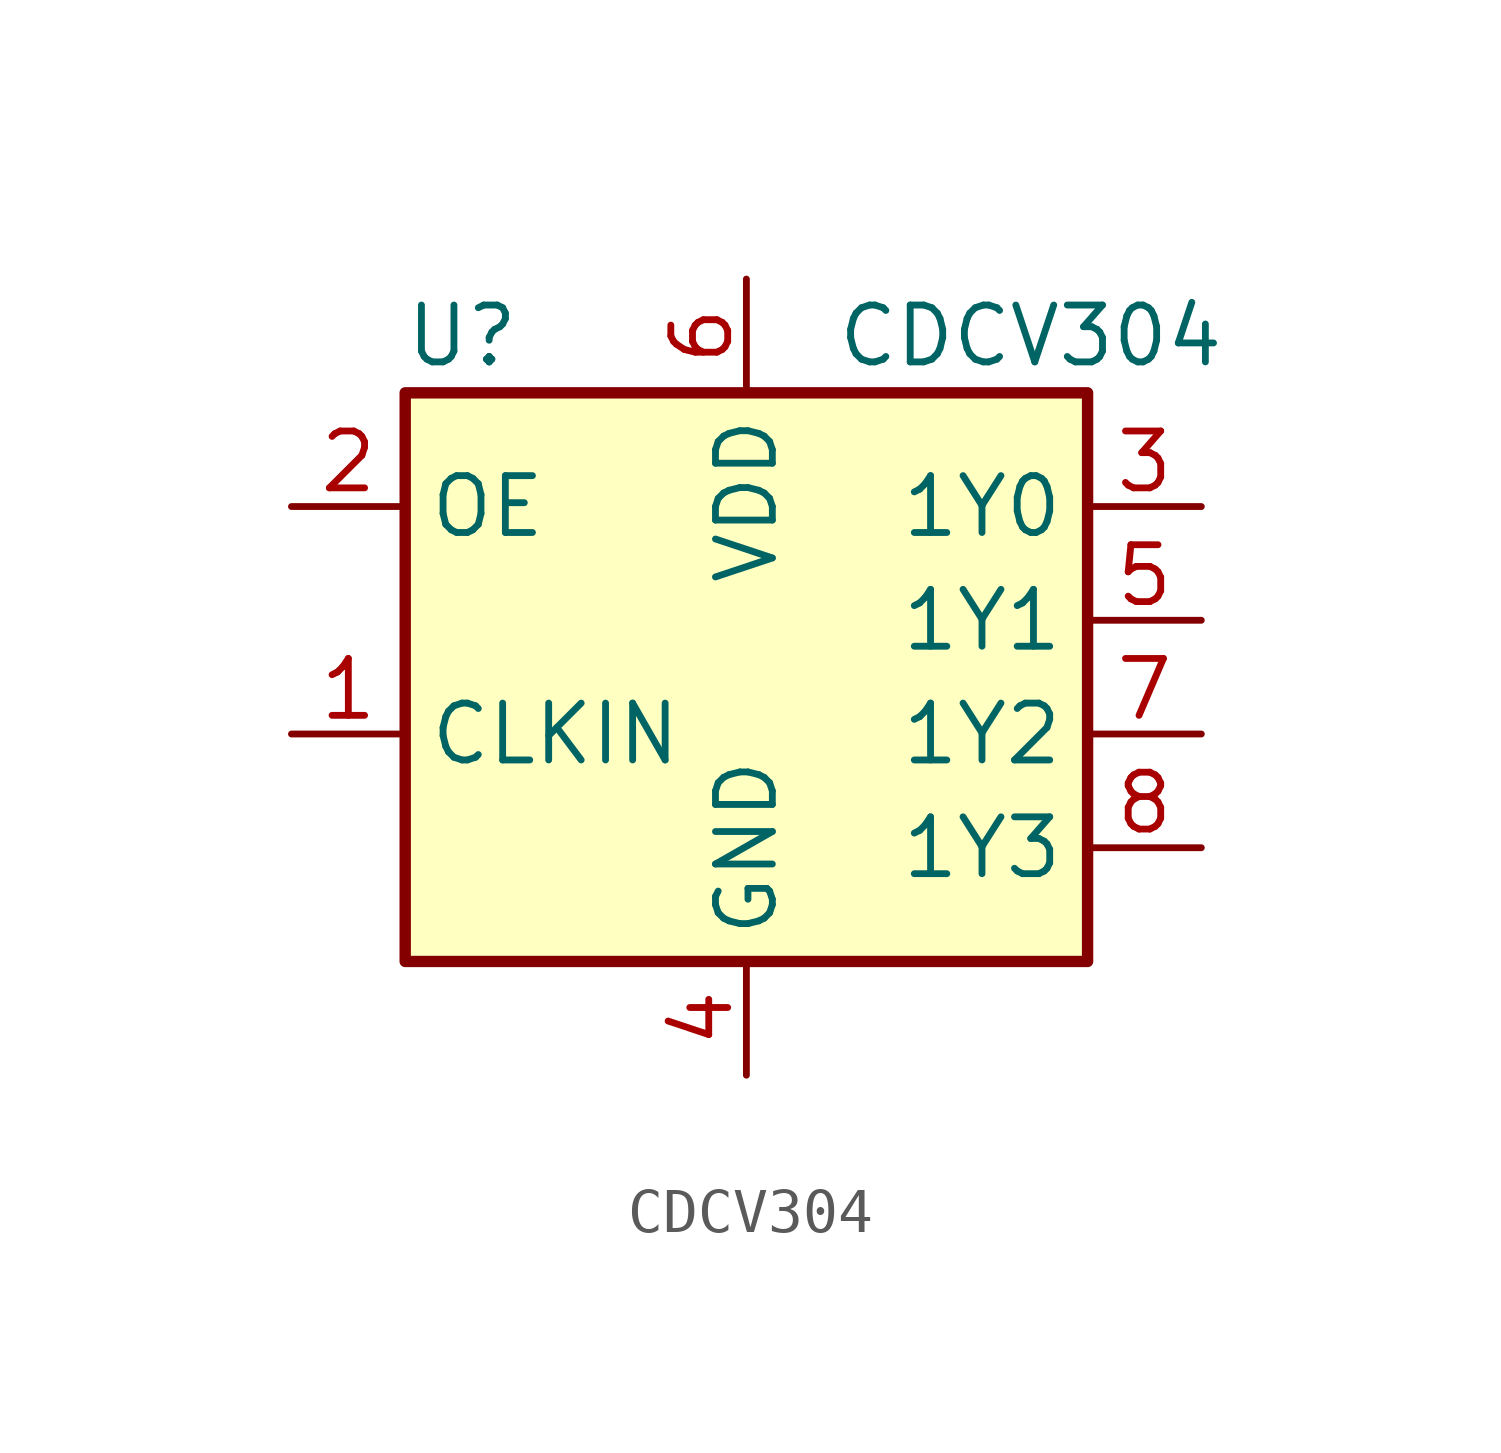
<source format=kicad_sym>
(kicad_symbol_lib
  (version 20220914)
  (generator kicad_symbol_editor)
  (symbol "CDCV304"
    (pin_names
      (offset 0.504))
    (property "Reference" "U"
      (at -6.35 8.89 0)
      (effects (font (size 1.27 1.27))))
    (property "Value" "CDCV304"
      (at 6.35 8.89 0)
      (effects (font (size 1.27 1.27))))
    (symbol "CDCV304_0_1"
      (rectangle (start -7.62 7.62) (end 7.62 -5.08) (stroke (width 0.254) (type default)) (fill (type background))))
    (symbol "CDCV304_1_1"
      (pin input line (at -10.16 0 0) (length 2.54) (name "CLKIN" (effects (font (size 1.27 1.27)))) (number "1" (effects (font (size 1.27 1.27)))))
      (pin input line (at -10.16 5.08 0) (length 2.54) (name "OE" (effects (font (size 1.27 1.27)))) (number "2" (effects (font (size 1.27 1.27)))))
      (pin output line (at 10.16 5.08 180) (length 2.54) (name "1Y0" (effects (font (size 1.27 1.27)))) (number "3" (effects (font (size 1.27 1.27)))))
      (pin power_in line (at 0 -7.62 90) (length 2.54) (name "GND" (effects (font (size 1.27 1.27)))) (number "4" (effects (font (size 1.27 1.27)))))
      (pin output line (at 10.16 2.54 180) (length 2.54) (name "1Y1" (effects (font (size 1.27 1.27)))) (number "5" (effects (font (size 1.27 1.27)))))
      (pin power_in line (at 0 10.16 270) (length 2.54) (name "VDD" (effects (font (size 1.27 1.27)))) (number "6" (effects (font (size 1.27 1.27)))))
      (pin output line (at 10.16 0 180) (length 2.54) (name "1Y2" (effects (font (size 1.27 1.27)))) (number "7" (effects (font (size 1.27 1.27)))))
      (pin output line (at 10.16 -2.54 180) (length 2.54) (name "1Y3" (effects (font (size 1.27 1.27)))) (number "8" (effects (font (size 1.27 1.27))))))))
</source>
